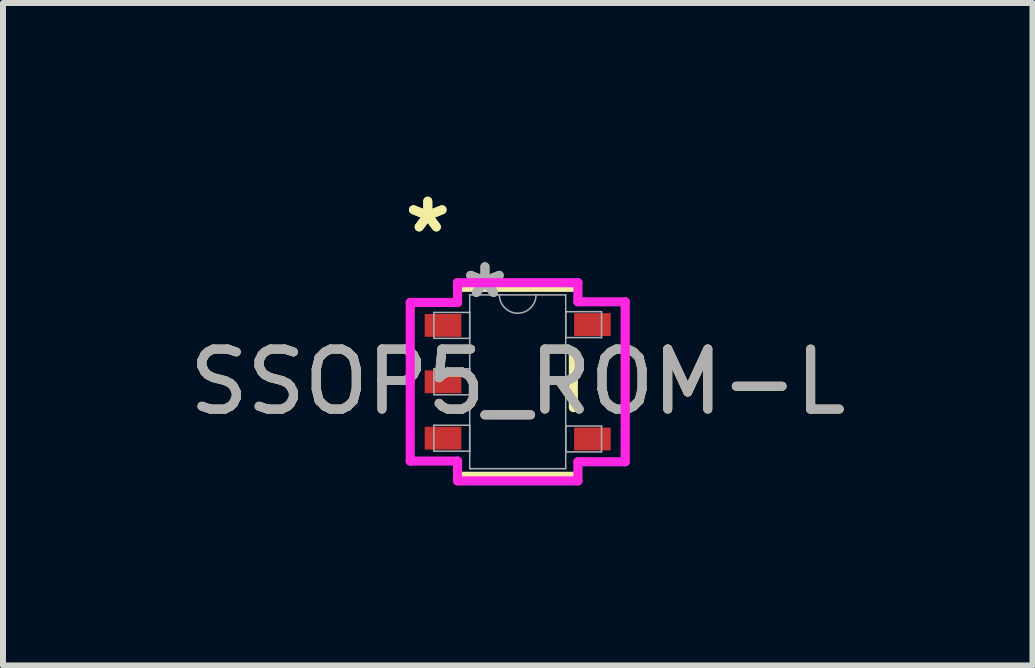
<source format=kicad_pcb>
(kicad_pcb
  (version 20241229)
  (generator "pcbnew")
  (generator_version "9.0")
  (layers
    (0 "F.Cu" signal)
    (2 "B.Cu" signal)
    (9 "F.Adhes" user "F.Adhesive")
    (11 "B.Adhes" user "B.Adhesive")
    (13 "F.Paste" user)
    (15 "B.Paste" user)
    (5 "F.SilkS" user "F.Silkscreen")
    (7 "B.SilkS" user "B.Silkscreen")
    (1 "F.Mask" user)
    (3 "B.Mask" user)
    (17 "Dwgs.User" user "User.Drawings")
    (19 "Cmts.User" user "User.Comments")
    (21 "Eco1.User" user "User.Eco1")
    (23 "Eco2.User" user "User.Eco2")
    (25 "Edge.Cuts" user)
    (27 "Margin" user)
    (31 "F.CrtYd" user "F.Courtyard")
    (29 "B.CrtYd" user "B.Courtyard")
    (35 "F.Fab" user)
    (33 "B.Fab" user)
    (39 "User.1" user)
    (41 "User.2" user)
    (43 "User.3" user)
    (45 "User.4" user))
  (footprint "SSOP5_ROM-L"
    (layer "F.Cu")
    (at 5.577 3.312)
    (property "Reference" "SSOP5_ROM-L" (at 0 0 0) (unlocked yes) (layer "F.SilkS") (effects (font (size 1 1) (thickness 0.15))))
    (attr smd)
    (fp_line (start -0.927 1.575) (end 0.927 1.575) (stroke (width 0.152) (type solid)) (layer "F.SilkS"))
    (fp_line (start 0.927 -1.575) (end -0.927 -1.575) (stroke (width 0.152) (type solid)) (layer "F.SilkS"))
    (fp_line (start 0.927 0.43) (end 0.927 -0.43) (stroke (width 0.152) (type solid)) (layer "F.SilkS"))
    (fp_line (start -1.791 -1.321) (end -1.003 -1.321) (stroke (width 0.152) (type solid)) (layer "F.CrtYd"))
    (fp_line (start -1.791 1.321) (end -1.791 -1.321) (stroke (width 0.152) (type solid)) (layer "F.CrtYd"))
    (fp_line (start -1.003 -1.651) (end 1.003 -1.651) (stroke (width 0.152) (type solid)) (layer "F.CrtYd"))
    (fp_line (start -1.003 -1.321) (end -1.003 -1.651) (stroke (width 0.152) (type solid)) (layer "F.CrtYd"))
    (fp_line (start -1.003 1.321) (end -1.791 1.321) (stroke (width 0.152) (type solid)) (layer "F.CrtYd"))
    (fp_line (start -1.003 1.651) (end -1.003 1.321) (stroke (width 0.152) (type solid)) (layer "F.CrtYd"))
    (fp_line (start 1.003 -1.651) (end 1.003 -1.333) (stroke (width 0.152) (type solid)) (layer "F.CrtYd"))
    (fp_line (start 1.003 -1.333) (end 1.791 -1.333) (stroke (width 0.152) (type solid)) (layer "F.CrtYd"))
    (fp_line (start 1.003 1.333) (end 1.003 1.651) (stroke (width 0.152) (type solid)) (layer "F.CrtYd"))
    (fp_line (start 1.003 1.651) (end -1.003 1.651) (stroke (width 0.152) (type solid)) (layer "F.CrtYd"))
    (fp_line (start 1.791 -1.333) (end 1.791 1.333) (stroke (width 0.152) (type solid)) (layer "F.CrtYd"))
    (fp_line (start 1.791 1.333) (end 1.003 1.333) (stroke (width 0.152) (type solid)) (layer "F.CrtYd"))
    (fp_line (start -1.397 -1.156) (end -1.397 -0.724) (stroke (width 0.025) (type solid)) (layer "F.Fab"))
    (fp_line (start -1.397 -0.724) (end -0.8 -0.724) (stroke (width 0.025) (type solid)) (layer "F.Fab"))
    (fp_line (start -1.397 -0.216) (end -1.397 0.216) (stroke (width 0.025) (type solid)) (layer "F.Fab"))
    (fp_line (start -1.397 0.216) (end -0.8 0.216) (stroke (width 0.025) (type solid)) (layer "F.Fab"))
    (fp_line (start -1.397 0.724) (end -1.397 1.156) (stroke (width 0.025) (type solid)) (layer "F.Fab"))
    (fp_line (start -1.397 1.156) (end -0.8 1.156) (stroke (width 0.025) (type solid)) (layer "F.Fab"))
    (fp_line (start -0.8 -1.448) (end -0.8 1.448) (stroke (width 0.025) (type solid)) (layer "F.Fab"))
    (fp_line (start -0.8 -1.156) (end -1.397 -1.156) (stroke (width 0.025) (type solid)) (layer "F.Fab"))
    (fp_line (start -0.8 -0.724) (end -0.8 -1.156) (stroke (width 0.025) (type solid)) (layer "F.Fab"))
    (fp_line (start -0.8 -0.216) (end -1.397 -0.216) (stroke (width 0.025) (type solid)) (layer "F.Fab"))
    (fp_line (start -0.8 0.216) (end -0.8 -0.216) (stroke (width 0.025) (type solid)) (layer "F.Fab"))
    (fp_line (start -0.8 0.724) (end -1.397 0.724) (stroke (width 0.025) (type solid)) (layer "F.Fab"))
    (fp_line (start -0.8 1.156) (end -0.8 0.724) (stroke (width 0.025) (type solid)) (layer "F.Fab"))
    (fp_line (start -0.8 1.448) (end 0.8 1.448) (stroke (width 0.025) (type solid)) (layer "F.Fab"))
    (fp_line (start 0.8 -1.448) (end -0.8 -1.448) (stroke (width 0.025) (type solid)) (layer "F.Fab"))
    (fp_line (start 0.8 -1.168) (end 0.8 -0.737) (stroke (width 0.025) (type solid)) (layer "F.Fab"))
    (fp_line (start 0.8 -0.737) (end 1.397 -0.737) (stroke (width 0.025) (type solid)) (layer "F.Fab"))
    (fp_line (start 0.8 0.737) (end 0.8 1.168) (stroke (width 0.025) (type solid)) (layer "F.Fab"))
    (fp_line (start 0.8 1.168) (end 1.397 1.168) (stroke (width 0.025) (type solid)) (layer "F.Fab"))
    (fp_line (start 0.8 1.448) (end 0.8 -1.448) (stroke (width 0.025) (type solid)) (layer "F.Fab"))
    (fp_line (start 1.397 -1.168) (end 0.8 -1.168) (stroke (width 0.025) (type solid)) (layer "F.Fab"))
    (fp_line (start 1.397 -0.737) (end 1.397 -1.168) (stroke (width 0.025) (type solid)) (layer "F.Fab"))
    (fp_line (start 1.397 0.737) (end 0.8 0.737) (stroke (width 0.025) (type solid)) (layer "F.Fab"))
    (fp_line (start 1.397 1.168) (end 1.397 0.737) (stroke (width 0.025) (type solid)) (layer "F.Fab"))
    (fp_arc (start 0.3048 -1.4478) (mid 0 -1.143) (end -0.3048 -1.4478) (stroke (width 0.0254) (type solid)) (layer "F.Fab"))
    (fp_text user "*" (at -1.499 -2.464 0) (unlocked yes) (layer "F.SilkS") (effects (font (size 1 1) (thickness 0.15))))
    (fp_text user "*" (at -1.499 -2.464 0) (layer "F.SilkS") (effects (font (size 1 1) (thickness 0.15))))
    (fp_text user "${REFERENCE}" (at 0 0 0) (unlocked yes) (layer "F.Fab") (effects (font (size 1 1) (thickness 0.15))))
    (fp_text user "*" (at -0.546 -1.372 0) (layer "F.Fab") (effects (font (size 1 1) (thickness 0.15))))
    (fp_text user "*" (at -0.546 -1.372 0) (unlocked yes) (layer "F.Fab") (effects (font (size 1 1) (thickness 0.15))))
    (pad "1" smd rect (at -1.245 -0.94) (size 0.61 0.381) (layers "F.Cu" "F.Mask" "F.Paste"))
    (pad "2" smd rect (at -1.245 0) (size 0.61 0.381) (layers "F.Cu" "F.Mask" "F.Paste"))
    (pad "3" smd rect (at -1.245 0.94) (size 0.61 0.381) (layers "F.Cu" "F.Mask" "F.Paste"))
    (pad "4" smd rect (at 1.245 0.953) (size 0.61 0.381) (layers "F.Cu" "F.Mask" "F.Paste"))
    (pad "5" smd rect (at 1.245 -0.953) (size 0.61 0.381) (layers "F.Cu" "F.Mask" "F.Paste")))
  (gr_rect
    (start -3 -3)
    (end 14.155 8.039)
    (stroke (width 0.1) (type default))
    (fill no)
    (layer "Edge.Cuts")))
</source>
